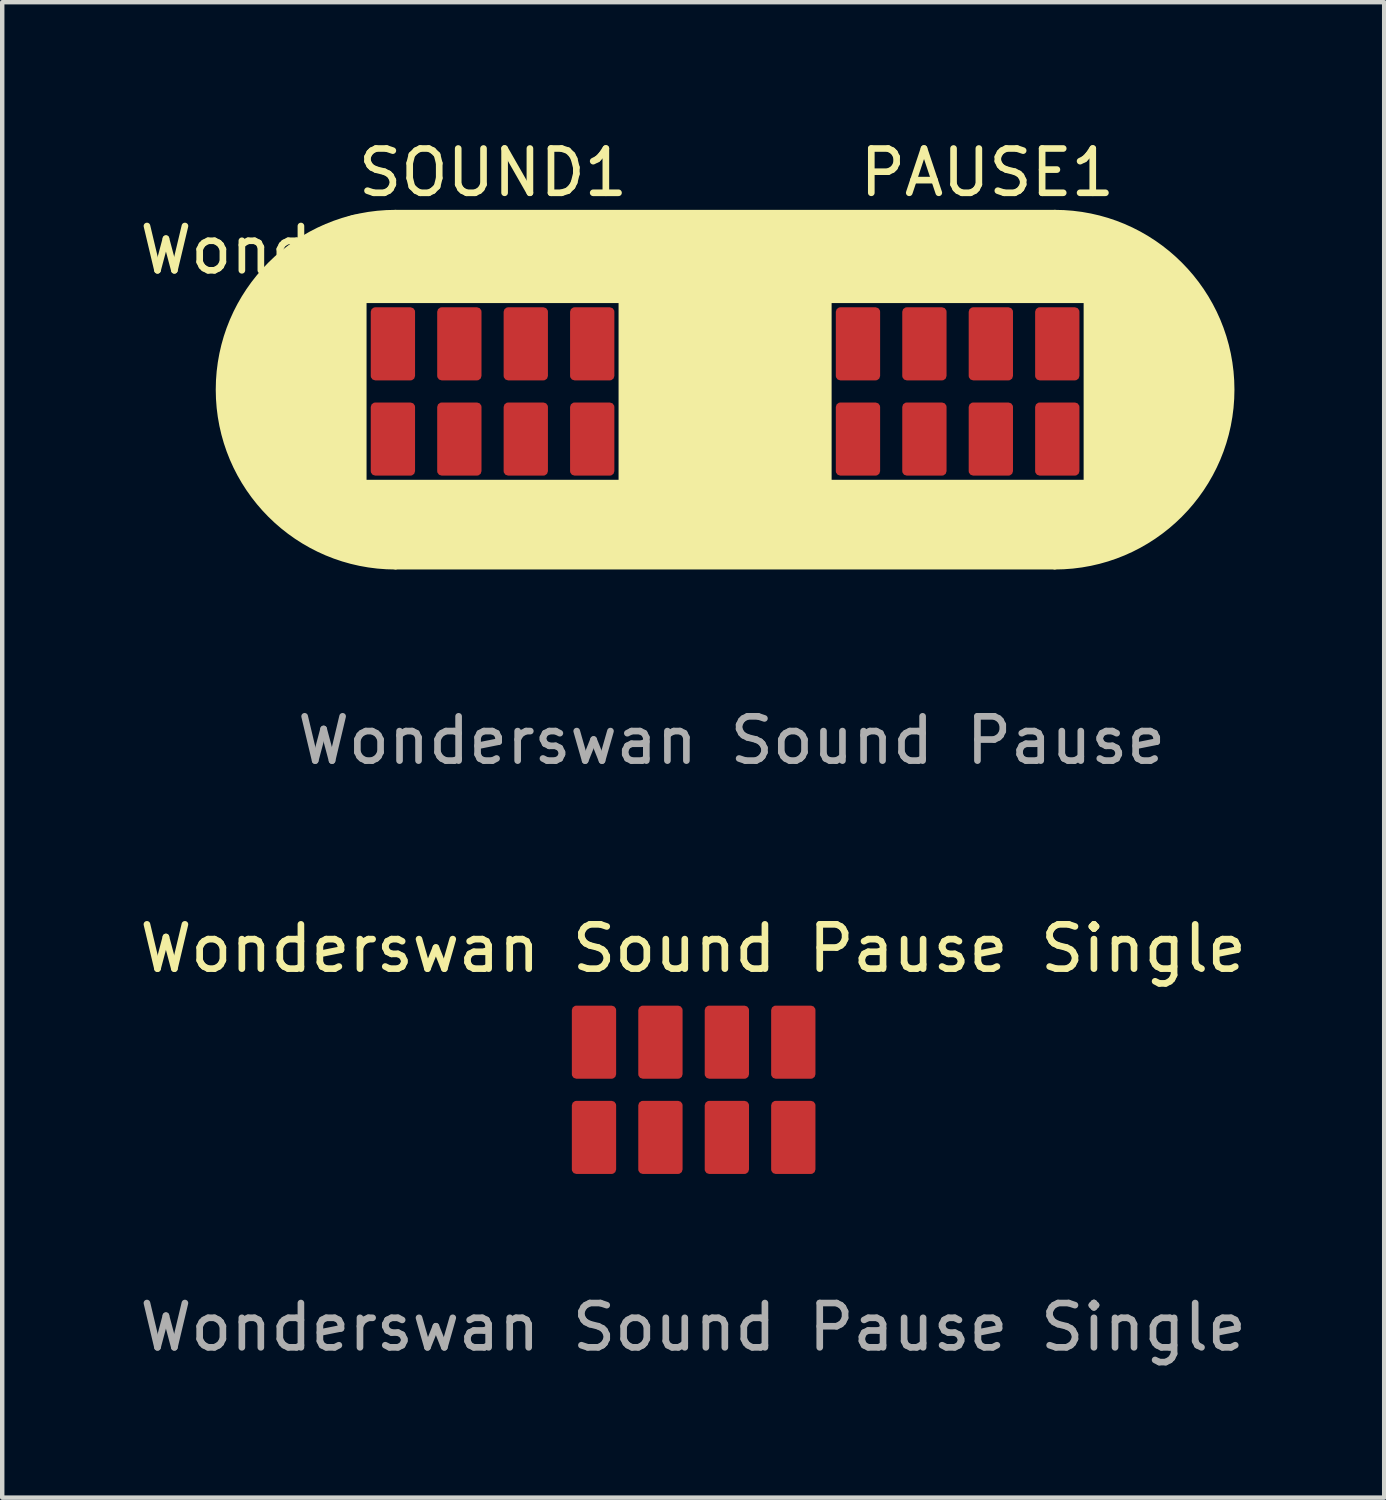
<source format=kicad_pcb>
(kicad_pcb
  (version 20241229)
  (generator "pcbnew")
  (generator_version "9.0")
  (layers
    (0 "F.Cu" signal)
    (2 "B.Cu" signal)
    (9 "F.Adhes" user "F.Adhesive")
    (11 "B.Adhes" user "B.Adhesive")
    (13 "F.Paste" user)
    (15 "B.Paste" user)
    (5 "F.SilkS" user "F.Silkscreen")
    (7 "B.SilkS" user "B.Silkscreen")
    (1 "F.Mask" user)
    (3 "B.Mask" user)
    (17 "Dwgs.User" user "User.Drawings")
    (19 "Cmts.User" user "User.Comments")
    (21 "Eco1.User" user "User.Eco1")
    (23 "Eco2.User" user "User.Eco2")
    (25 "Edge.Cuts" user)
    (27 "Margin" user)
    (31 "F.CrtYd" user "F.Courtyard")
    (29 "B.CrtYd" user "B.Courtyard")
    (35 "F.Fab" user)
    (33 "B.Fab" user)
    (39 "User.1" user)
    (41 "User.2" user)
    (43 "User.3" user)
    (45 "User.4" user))
  (footprint "Wonderswan Sound Pause Single"
    (layer "F.Cu")
    (at 12.601 21.535)
    (property "Reference" "Wonderswan Sound Pause Single" (at 0 -3.17 0) (unlocked yes) (layer "F.SilkS") (effects (font (size 1 1) (thickness 0.15))))
    (attr smd)
    (fp_text user "${REFERENCE}" (at 0 5.38 0) (unlocked yes) (layer "F.Fab") (effects (font (size 1 1) (thickness 0.15))))
    (pad "1" smd custom (at -2.33 -1.4) (size 0.6 0.6) (layers "F.Cu" "F.Mask" "F.Paste") (options (anchor circle)) (primitives (gr_poly (pts (xy -0.3 -0.15) (xy -0.289 -0.207) (xy -0.256 -0.256) (xy -0.207 -0.289) (xy -0.15 -0.3) (xy 0.15 -0.3) (xy 0.207 -0.289) (xy 0.256 -0.256) (xy 0.289 -0.207) (xy 0.3 -0.15) (xy 0.3 0.15) (xy 0.289 0.207) (xy 0.256 0.256) (xy 0.207 0.289) (xy 0.15 0.3) (xy -0.15 0.3) (xy -0.207 0.289) (xy -0.256 0.256) (xy -0.289 0.207) (xy -0.3 0.15)) (width 0) (fill yes)) (gr_poly (pts (xy 0.49 -0.38) (xy 0.49 1.07) (xy -0.31 1.07) (xy -0.31 -0.38)) (width 0.2) (fill yes))))
    (pad "2" smd custom (at -0.83 -1.4) (size 0.6 0.6) (layers "F.Cu" "F.Mask" "F.Paste") (options (anchor circle)) (primitives (gr_poly (pts (xy 0.207 -0.289) (xy 0.256 -0.256) (xy 0.289 -0.207) (xy 0.3 -0.15) (xy 0.3 0.15) (xy 0.289 0.207) (xy 0.256 0.256) (xy 0.207 0.289) (xy 0.15 0.3) (xy -0.15 0.3) (xy -0.207 0.289) (xy -0.256 0.256) (xy -0.289 0.207) (xy -0.3 0.15) (xy -0.3 -0.15) (xy -0.289 -0.207) (xy -0.256 -0.256) (xy -0.207 -0.289) (xy -0.15 -0.3) (xy 0.15 -0.3)) (width 0) (fill yes)) (gr_poly (pts (xy 0.49 1.07) (xy -0.31 1.07) (xy -0.31 -0.38) (xy 0.49 -0.38)) (width 0.2) (fill yes))))
    (pad "3" smd custom (at 0.67 -1.4) (size 0.6 0.6) (layers "F.Cu" "F.Mask" "F.Paste") (options (anchor circle)) (primitives (gr_poly (pts (xy 0.207 -0.289) (xy 0.256 -0.256) (xy 0.289 -0.207) (xy 0.3 -0.15) (xy 0.3 0.15) (xy 0.289 0.207) (xy 0.256 0.256) (xy 0.207 0.289) (xy 0.15 0.3) (xy -0.15 0.3) (xy -0.207 0.289) (xy -0.256 0.256) (xy -0.289 0.207) (xy -0.3 0.15) (xy -0.3 -0.15) (xy -0.289 -0.207) (xy -0.256 -0.256) (xy -0.207 -0.289) (xy -0.15 -0.3) (xy 0.15 -0.3)) (width 0) (fill yes)) (gr_poly (pts (xy 0.49 1.07) (xy -0.31 1.07) (xy -0.31 -0.38) (xy 0.49 -0.38)) (width 0.2) (fill yes))))
    (pad "4" smd custom (at 2.17 -1.4) (size 0.6 0.6) (layers "F.Cu" "F.Mask" "F.Paste") (options (anchor circle)) (primitives (gr_poly (pts (xy 0.207 -0.289) (xy 0.256 -0.256) (xy 0.289 -0.207) (xy 0.3 -0.15) (xy 0.3 0.15) (xy 0.289 0.207) (xy 0.256 0.256) (xy 0.207 0.289) (xy 0.15 0.3) (xy -0.15 0.3) (xy -0.207 0.289) (xy -0.256 0.256) (xy -0.289 0.207) (xy -0.3 0.15) (xy -0.3 -0.15) (xy -0.289 -0.207) (xy -0.256 -0.256) (xy -0.207 -0.289) (xy -0.15 -0.3) (xy 0.15 -0.3)) (width 0) (fill yes)) (gr_poly (pts (xy 0.49 1.07) (xy -0.31 1.07) (xy -0.31 -0.38) (xy 0.49 -0.38)) (width 0.2) (fill yes))))
    (pad "5" smd custom (at -2.33 0.75) (size 0.6 0.6) (layers "F.Cu" "F.Mask" "F.Paste") (options (anchor circle)) (primitives (gr_poly (pts (xy 0.207 -0.289) (xy 0.256 -0.256) (xy 0.289 -0.207) (xy 0.3 -0.15) (xy 0.3 0.15) (xy 0.289 0.207) (xy 0.256 0.256) (xy 0.207 0.289) (xy 0.15 0.3) (xy -0.15 0.3) (xy -0.207 0.289) (xy -0.256 0.256) (xy -0.289 0.207) (xy -0.3 0.15) (xy -0.3 -0.15) (xy -0.289 -0.207) (xy -0.256 -0.256) (xy -0.207 -0.289) (xy -0.15 -0.3) (xy 0.15 -0.3)) (width 0) (fill yes)) (gr_poly (pts (xy 0.49 1.07) (xy -0.31 1.07) (xy -0.31 -0.38) (xy 0.49 -0.38)) (width 0.2) (fill yes))))
    (pad "6" smd custom (at -0.83 0.75) (size 0.6 0.6) (layers "F.Cu" "F.Mask" "F.Paste") (options (anchor circle)) (primitives (gr_poly (pts (xy 0.207 -0.289) (xy 0.256 -0.256) (xy 0.289 -0.207) (xy 0.3 -0.15) (xy 0.3 0.15) (xy 0.289 0.207) (xy 0.256 0.256) (xy 0.207 0.289) (xy 0.15 0.3) (xy -0.15 0.3) (xy -0.207 0.289) (xy -0.256 0.256) (xy -0.289 0.207) (xy -0.3 0.15) (xy -0.3 -0.15) (xy -0.289 -0.207) (xy -0.256 -0.256) (xy -0.207 -0.289) (xy -0.15 -0.3) (xy 0.15 -0.3)) (width 0) (fill yes)) (gr_poly (pts (xy 0.49 1.07) (xy -0.31 1.07) (xy -0.31 -0.38) (xy 0.49 -0.38)) (width 0.2) (fill yes))))
    (pad "7" smd custom (at 0.67 0.75) (size 0.6 0.6) (layers "F.Cu" "F.Mask" "F.Paste") (options (anchor circle)) (primitives (gr_poly (pts (xy 0.207 -0.289) (xy 0.256 -0.256) (xy 0.289 -0.207) (xy 0.3 -0.15) (xy 0.3 0.15) (xy 0.289 0.207) (xy 0.256 0.256) (xy 0.207 0.289) (xy 0.15 0.3) (xy -0.15 0.3) (xy -0.207 0.289) (xy -0.256 0.256) (xy -0.289 0.207) (xy -0.3 0.15) (xy -0.3 -0.15) (xy -0.289 -0.207) (xy -0.256 -0.256) (xy -0.207 -0.289) (xy -0.15 -0.3) (xy 0.15 -0.3)) (width 0) (fill yes)) (gr_poly (pts (xy 0.49 1.07) (xy -0.31 1.07) (xy -0.31 -0.38) (xy 0.49 -0.38)) (width 0.2) (fill yes))))
    (pad "8" smd custom (at 2.17 0.75) (size 0.6 0.6) (layers "F.Cu" "F.Mask" "F.Paste") (options (anchor circle)) (primitives (gr_poly (pts (xy 0.207 -0.289) (xy 0.256 -0.256) (xy 0.289 -0.207) (xy 0.3 -0.15) (xy 0.3 0.15) (xy 0.289 0.207) (xy 0.256 0.256) (xy 0.207 0.289) (xy 0.15 0.3) (xy -0.15 0.3) (xy -0.207 0.289) (xy -0.256 0.256) (xy -0.289 0.207) (xy -0.3 0.15) (xy -0.3 -0.15) (xy -0.289 -0.207) (xy -0.256 -0.256) (xy -0.207 -0.289) (xy -0.15 -0.3) (xy 0.15 -0.3)) (width 0) (fill yes)) (gr_poly (pts (xy 0.49 1.07) (xy -0.31 1.07) (xy -0.31 -0.38) (xy 0.49 -0.38)) (width 0.2) (fill yes)))))
  (footprint "Wonderswan Sound Pause"
    (layer "F.Cu")
    (at 13.471 5.818)
    (property "Reference" "Wonderswan Sound Pause" (at -3.56 -3.22 0) (unlocked yes) (layer "F.SilkS") (effects (font (size 1 1) (thickness 0.15))))
    (attr smd)
    (fp_line (start -7.59 -4.07) (end 7.3 -4.07) (stroke (width 0.12) (type solid)) (layer "F.SilkS"))
    (fp_line (start -0.16 -0.06) (end -0.14 -0.06) (stroke (width 0.12) (type solid)) (layer "F.SilkS"))
    (fp_line (start 7.29 3.93) (end -7.59 3.93) (stroke (width 0.12) (type solid)) (layer "F.SilkS"))
    (fp_arc (start -7.59 3.93) (mid -11.59 -0.07) (end -7.59 -4.07) (stroke (width 0.12) (type solid)) (layer "F.SilkS"))
    (fp_arc (start 7.29 -4.07) (mid 11.29 -0.07) (end 7.29 3.93) (stroke (width 0.12) (type solid)) (layer "F.SilkS"))
    (fp_poly (pts (xy 2.23 3.91) (xy -2.53 3.91) (xy -2.53 -4.1) (xy 2.23 -4.08)) (stroke (width 0.05) (type solid)) (fill yes) (layer "F.SilkS"))
    (fp_poly (pts (xy -8.42 3.81) (xy -8.98 3.65) (xy -9.49 3.42) (xy -9.83 3.23) (xy -10.48 2.63) (xy -10.83 2.27) (xy -11.33 1.35) (xy -11.52 0.67) (xy -11.59 0.05) (xy -11.55 -0.6) (xy -11.49 -0.93) (xy -11.2 -1.82) (xy -10.84 -2.41) (xy -10.6 -2.76) (xy -9.95 -3.31) (xy -9.24 -3.74) (xy -8.55 -3.99) (xy -7.62 -4.09) (xy -1.43 -4.08) (xy -1.43 -2.05) (xy -8.27 -2.05) (xy -8.27 1.99) (xy -1.42 1.99) (xy -1.42 3.91) (xy -7.85 3.91)) (stroke (width 0.05) (type solid)) (fill yes) (layer "F.SilkS"))
    (fp_poly (pts (xy 8.12 -3.97) (xy 8.68 -3.81) (xy 9.19 -3.58) (xy 9.53 -3.39) (xy 10.18 -2.79) (xy 10.53 -2.43) (xy 11.03 -1.51) (xy 11.22 -0.83) (xy 11.29 -0.21) (xy 11.25 0.44) (xy 11.19 0.77) (xy 10.9 1.66) (xy 10.54 2.25) (xy 10.3 2.6) (xy 9.65 3.15) (xy 8.94 3.58) (xy 8.25 3.83) (xy 7.32 3.93) (xy 1.13 3.92) (xy 1.13 1.99) (xy 7.97 1.99) (xy 7.97 -2.05) (xy 1.12 -2.05) (xy 1.12 -4.07) (xy 7.55 -4.07)) (stroke (width 0.05) (type solid)) (fill yes) (layer "F.SilkS"))
    (fp_text user "PAUSE1" (at 5.77 -4.97 0) (unlocked yes) (layer "F.SilkS") (effects (font (size 1 1) (thickness 0.15))))
    (fp_text user "SOUND1" (at -5.39 -4.97 0) (unlocked yes) (layer "F.SilkS") (effects (font (size 1 1) (thickness 0.15))))
    (fp_text user "${REFERENCE}" (at 0 7.85 0) (unlocked yes) (layer "F.Fab") (effects (font (size 1 1) (thickness 0.15))))
    (pad "1" smd custom (at -7.74 -1.45) (size 0.6 0.6) (layers "F.Cu" "F.Mask" "F.Paste") (options (anchor circle)) (primitives (gr_poly (pts (xy 0.207 -0.289) (xy 0.256 -0.256) (xy 0.289 -0.207) (xy 0.3 -0.15) (xy 0.3 0.15) (xy 0.289 0.207) (xy 0.256 0.256) (xy 0.207 0.289) (xy 0.15 0.3) (xy -0.15 0.3) (xy -0.207 0.289) (xy -0.256 0.256) (xy -0.289 0.207) (xy -0.3 0.15) (xy -0.3 -0.15) (xy -0.289 -0.207) (xy -0.256 -0.256) (xy -0.207 -0.289) (xy -0.15 -0.3) (xy 0.15 -0.3)) (width 0) (fill yes)) (gr_poly (pts (xy 0.49 1.07) (xy -0.31 1.07) (xy -0.31 -0.38) (xy 0.49 -0.38)) (width 0.2) (fill yes))))
    (pad "2" smd custom (at -6.24 -1.45) (size 0.6 0.6) (layers "F.Cu" "F.Mask" "F.Paste") (options (anchor circle)) (primitives (gr_poly (pts (xy 0.207 -0.289) (xy 0.256 -0.256) (xy 0.289 -0.207) (xy 0.3 -0.15) (xy 0.3 0.15) (xy 0.289 0.207) (xy 0.256 0.256) (xy 0.207 0.289) (xy 0.15 0.3) (xy -0.15 0.3) (xy -0.207 0.289) (xy -0.256 0.256) (xy -0.289 0.207) (xy -0.3 0.15) (xy -0.3 -0.15) (xy -0.289 -0.207) (xy -0.256 -0.256) (xy -0.207 -0.289) (xy -0.15 -0.3) (xy 0.15 -0.3)) (width 0) (fill yes)) (gr_poly (pts (xy 0.49 1.07) (xy -0.31 1.07) (xy -0.31 -0.38) (xy 0.49 -0.38)) (width 0.2) (fill yes))))
    (pad "3" smd custom (at -4.74 -1.45) (size 0.6 0.6) (layers "F.Cu" "F.Mask" "F.Paste") (options (anchor circle)) (primitives (gr_poly (pts (xy 0.207 -0.289) (xy 0.256 -0.256) (xy 0.289 -0.207) (xy 0.3 -0.15) (xy 0.3 0.15) (xy 0.289 0.207) (xy 0.256 0.256) (xy 0.207 0.289) (xy 0.15 0.3) (xy -0.15 0.3) (xy -0.207 0.289) (xy -0.256 0.256) (xy -0.289 0.207) (xy -0.3 0.15) (xy -0.3 -0.15) (xy -0.289 -0.207) (xy -0.256 -0.256) (xy -0.207 -0.289) (xy -0.15 -0.3) (xy 0.15 -0.3)) (width 0) (fill yes)) (gr_poly (pts (xy 0.49 1.07) (xy -0.31 1.07) (xy -0.31 -0.38) (xy 0.49 -0.38)) (width 0.2) (fill yes))))
    (pad "4" smd custom (at -3.24 -1.45) (size 0.6 0.6) (layers "F.Cu" "F.Mask" "F.Paste") (options (anchor circle)) (primitives (gr_poly (pts (xy 0.207 -0.289) (xy 0.256 -0.256) (xy 0.289 -0.207) (xy 0.3 -0.15) (xy 0.3 0.15) (xy 0.289 0.207) (xy 0.256 0.256) (xy 0.207 0.289) (xy 0.15 0.3) (xy -0.15 0.3) (xy -0.207 0.289) (xy -0.256 0.256) (xy -0.289 0.207) (xy -0.3 0.15) (xy -0.3 -0.15) (xy -0.289 -0.207) (xy -0.256 -0.256) (xy -0.207 -0.289) (xy -0.15 -0.3) (xy 0.15 -0.3)) (width 0) (fill yes)) (gr_poly (pts (xy 0.49 1.07) (xy -0.31 1.07) (xy -0.31 -0.38) (xy 0.49 -0.38)) (width 0.2) (fill yes))))
    (pad "5" smd custom (at -7.74 0.7) (size 0.6 0.6) (layers "F.Cu" "F.Mask" "F.Paste") (options (anchor circle)) (primitives (gr_poly (pts (xy 0.207 -0.289) (xy 0.256 -0.256) (xy 0.289 -0.207) (xy 0.3 -0.15) (xy 0.3 0.15) (xy 0.289 0.207) (xy 0.256 0.256) (xy 0.207 0.289) (xy 0.15 0.3) (xy -0.15 0.3) (xy -0.207 0.289) (xy -0.256 0.256) (xy -0.289 0.207) (xy -0.3 0.15) (xy -0.3 -0.15) (xy -0.289 -0.207) (xy -0.256 -0.256) (xy -0.207 -0.289) (xy -0.15 -0.3) (xy 0.15 -0.3)) (width 0) (fill yes)) (gr_poly (pts (xy 0.49 1.07) (xy -0.31 1.07) (xy -0.31 -0.38) (xy 0.49 -0.38)) (width 0.2) (fill yes))))
    (pad "6" smd custom (at -6.24 0.7) (size 0.6 0.6) (layers "F.Cu" "F.Mask" "F.Paste") (options (anchor circle)) (primitives (gr_poly (pts (xy 0.207 -0.289) (xy 0.256 -0.256) (xy 0.289 -0.207) (xy 0.3 -0.15) (xy 0.3 0.15) (xy 0.289 0.207) (xy 0.256 0.256) (xy 0.207 0.289) (xy 0.15 0.3) (xy -0.15 0.3) (xy -0.207 0.289) (xy -0.256 0.256) (xy -0.289 0.207) (xy -0.3 0.15) (xy -0.3 -0.15) (xy -0.289 -0.207) (xy -0.256 -0.256) (xy -0.207 -0.289) (xy -0.15 -0.3) (xy 0.15 -0.3)) (width 0) (fill yes)) (gr_poly (pts (xy 0.49 1.07) (xy -0.31 1.07) (xy -0.31 -0.38) (xy 0.49 -0.38)) (width 0.2) (fill yes))))
    (pad "7" smd custom (at -4.74 0.7) (size 0.6 0.6) (layers "F.Cu" "F.Mask" "F.Paste") (options (anchor circle)) (primitives (gr_poly (pts (xy 0.207 -0.289) (xy 0.256 -0.256) (xy 0.289 -0.207) (xy 0.3 -0.15) (xy 0.3 0.15) (xy 0.289 0.207) (xy 0.256 0.256) (xy 0.207 0.289) (xy 0.15 0.3) (xy -0.15 0.3) (xy -0.207 0.289) (xy -0.256 0.256) (xy -0.289 0.207) (xy -0.3 0.15) (xy -0.3 -0.15) (xy -0.289 -0.207) (xy -0.256 -0.256) (xy -0.207 -0.289) (xy -0.15 -0.3) (xy 0.15 -0.3)) (width 0) (fill yes)) (gr_poly (pts (xy 0.49 1.07) (xy -0.31 1.07) (xy -0.31 -0.38) (xy 0.49 -0.38)) (width 0.2) (fill yes))))
    (pad "8" smd custom (at -3.24 0.7) (size 0.6 0.6) (layers "F.Cu" "F.Mask" "F.Paste") (options (anchor circle)) (primitives (gr_poly (pts (xy 0.207 -0.289) (xy 0.256 -0.256) (xy 0.289 -0.207) (xy 0.3 -0.15) (xy 0.3 0.15) (xy 0.289 0.207) (xy 0.256 0.256) (xy 0.207 0.289) (xy 0.15 0.3) (xy -0.15 0.3) (xy -0.207 0.289) (xy -0.256 0.256) (xy -0.289 0.207) (xy -0.3 0.15) (xy -0.3 -0.15) (xy -0.289 -0.207) (xy -0.256 -0.256) (xy -0.207 -0.289) (xy -0.15 -0.3) (xy 0.15 -0.3)) (width 0) (fill yes)) (gr_poly (pts (xy 0.49 1.07) (xy -0.31 1.07) (xy -0.31 -0.38) (xy 0.49 -0.38)) (width 0.2) (fill yes))))
    (pad "9" smd custom (at 2.76 -1.45) (size 0.6 0.6) (layers "F.Cu" "F.Mask" "F.Paste") (options (anchor circle)) (primitives (gr_poly (pts (xy 0.207 -0.289) (xy 0.256 -0.256) (xy 0.289 -0.207) (xy 0.3 -0.15) (xy 0.3 0.15) (xy 0.289 0.207) (xy 0.256 0.256) (xy 0.207 0.289) (xy 0.15 0.3) (xy -0.15 0.3) (xy -0.207 0.289) (xy -0.256 0.256) (xy -0.289 0.207) (xy -0.3 0.15) (xy -0.3 -0.15) (xy -0.289 -0.207) (xy -0.256 -0.256) (xy -0.207 -0.289) (xy -0.15 -0.3) (xy 0.15 -0.3)) (width 0) (fill yes)) (gr_poly (pts (xy 0.49 1.07) (xy -0.31 1.07) (xy -0.31 -0.38) (xy 0.49 -0.38)) (width 0.2) (fill yes))))
    (pad "10" smd custom (at 4.26 -1.45) (size 0.6 0.6) (layers "F.Cu" "F.Mask" "F.Paste") (options (anchor circle)) (primitives (gr_poly (pts (xy 0.207 -0.289) (xy 0.256 -0.256) (xy 0.289 -0.207) (xy 0.3 -0.15) (xy 0.3 0.15) (xy 0.289 0.207) (xy 0.256 0.256) (xy 0.207 0.289) (xy 0.15 0.3) (xy -0.15 0.3) (xy -0.207 0.289) (xy -0.256 0.256) (xy -0.289 0.207) (xy -0.3 0.15) (xy -0.3 -0.15) (xy -0.289 -0.207) (xy -0.256 -0.256) (xy -0.207 -0.289) (xy -0.15 -0.3) (xy 0.15 -0.3)) (width 0) (fill yes)) (gr_poly (pts (xy 0.49 1.07) (xy -0.31 1.07) (xy -0.31 -0.38) (xy 0.49 -0.38)) (width 0.2) (fill yes))))
    (pad "11" smd custom (at 5.76 -1.45) (size 0.6 0.6) (layers "F.Cu" "F.Mask" "F.Paste") (options (anchor circle)) (primitives (gr_poly (pts (xy 0.207 -0.289) (xy 0.256 -0.256) (xy 0.289 -0.207) (xy 0.3 -0.15) (xy 0.3 0.15) (xy 0.289 0.207) (xy 0.256 0.256) (xy 0.207 0.289) (xy 0.15 0.3) (xy -0.15 0.3) (xy -0.207 0.289) (xy -0.256 0.256) (xy -0.289 0.207) (xy -0.3 0.15) (xy -0.3 -0.15) (xy -0.289 -0.207) (xy -0.256 -0.256) (xy -0.207 -0.289) (xy -0.15 -0.3) (xy 0.15 -0.3)) (width 0) (fill yes)) (gr_poly (pts (xy 0.49 1.07) (xy -0.31 1.07) (xy -0.31 -0.38) (xy 0.49 -0.38)) (width 0.2) (fill yes))))
    (pad "12" smd custom (at 7.26 -1.45) (size 0.6 0.6) (layers "F.Cu" "F.Mask" "F.Paste") (options (anchor circle)) (primitives (gr_poly (pts (xy 0.207 -0.289) (xy 0.256 -0.256) (xy 0.289 -0.207) (xy 0.3 -0.15) (xy 0.3 0.15) (xy 0.289 0.207) (xy 0.256 0.256) (xy 0.207 0.289) (xy 0.15 0.3) (xy -0.15 0.3) (xy -0.207 0.289) (xy -0.256 0.256) (xy -0.289 0.207) (xy -0.3 0.15) (xy -0.3 -0.15) (xy -0.289 -0.207) (xy -0.256 -0.256) (xy -0.207 -0.289) (xy -0.15 -0.3) (xy 0.15 -0.3)) (width 0) (fill yes)) (gr_poly (pts (xy 0.49 1.07) (xy -0.31 1.07) (xy -0.31 -0.38) (xy 0.49 -0.38)) (width 0.2) (fill yes))))
    (pad "13" smd custom (at 2.76 0.7) (size 0.6 0.6) (layers "F.Cu" "F.Mask" "F.Paste") (options (anchor circle)) (primitives (gr_poly (pts (xy 0.207 -0.289) (xy 0.256 -0.256) (xy 0.289 -0.207) (xy 0.3 -0.15) (xy 0.3 0.15) (xy 0.289 0.207) (xy 0.256 0.256) (xy 0.207 0.289) (xy 0.15 0.3) (xy -0.15 0.3) (xy -0.207 0.289) (xy -0.256 0.256) (xy -0.289 0.207) (xy -0.3 0.15) (xy -0.3 -0.15) (xy -0.289 -0.207) (xy -0.256 -0.256) (xy -0.207 -0.289) (xy -0.15 -0.3) (xy 0.15 -0.3)) (width 0) (fill yes)) (gr_poly (pts (xy 0.49 1.07) (xy -0.31 1.07) (xy -0.31 -0.38) (xy 0.49 -0.38)) (width 0.2) (fill yes))))
    (pad "14" smd custom (at 4.26 0.7) (size 0.6 0.6) (layers "F.Cu" "F.Mask" "F.Paste") (options (anchor circle)) (primitives (gr_poly (pts (xy 0.207 -0.289) (xy 0.256 -0.256) (xy 0.289 -0.207) (xy 0.3 -0.15) (xy 0.3 0.15) (xy 0.289 0.207) (xy 0.256 0.256) (xy 0.207 0.289) (xy 0.15 0.3) (xy -0.15 0.3) (xy -0.207 0.289) (xy -0.256 0.256) (xy -0.289 0.207) (xy -0.3 0.15) (xy -0.3 -0.15) (xy -0.289 -0.207) (xy -0.256 -0.256) (xy -0.207 -0.289) (xy -0.15 -0.3) (xy 0.15 -0.3)) (width 0) (fill yes)) (gr_poly (pts (xy 0.49 1.07) (xy -0.31 1.07) (xy -0.31 -0.38) (xy 0.49 -0.38)) (width 0.2) (fill yes))))
    (pad "15" smd custom (at 5.76 0.7) (size 0.6 0.6) (layers "F.Cu" "F.Mask" "F.Paste") (options (anchor circle)) (primitives (gr_poly (pts (xy 0.207 -0.289) (xy 0.256 -0.256) (xy 0.289 -0.207) (xy 0.3 -0.15) (xy 0.3 0.15) (xy 0.289 0.207) (xy 0.256 0.256) (xy 0.207 0.289) (xy 0.15 0.3) (xy -0.15 0.3) (xy -0.207 0.289) (xy -0.256 0.256) (xy -0.289 0.207) (xy -0.3 0.15) (xy -0.3 -0.15) (xy -0.289 -0.207) (xy -0.256 -0.256) (xy -0.207 -0.289) (xy -0.15 -0.3) (xy 0.15 -0.3)) (width 0) (fill yes)) (gr_poly (pts (xy 0.49 1.07) (xy -0.31 1.07) (xy -0.31 -0.38) (xy 0.49 -0.38)) (width 0.2) (fill yes))))
    (pad "16" smd custom (at 7.26 0.7) (size 0.6 0.6) (layers "F.Cu" "F.Mask" "F.Paste") (options (anchor circle)) (primitives (gr_poly (pts (xy 0.207 -0.289) (xy 0.256 -0.256) (xy 0.289 -0.207) (xy 0.3 -0.15) (xy 0.3 0.15) (xy 0.289 0.207) (xy 0.256 0.256) (xy 0.207 0.289) (xy 0.15 0.3) (xy -0.15 0.3) (xy -0.207 0.289) (xy -0.256 0.256) (xy -0.289 0.207) (xy -0.3 0.15) (xy -0.3 -0.15) (xy -0.289 -0.207) (xy -0.256 -0.256) (xy -0.207 -0.289) (xy -0.15 -0.3) (xy 0.15 -0.3)) (width 0) (fill yes)) (gr_poly (pts (xy 0.49 1.07) (xy -0.31 1.07) (xy -0.31 -0.38) (xy 0.49 -0.38)) (width 0.2) (fill yes)))))
  (gr_rect
    (start -3 -3)
    (end 28.202 30.763)
    (stroke (width 0.1) (type default))
    (fill no)
    (layer "Edge.Cuts")))
</source>
